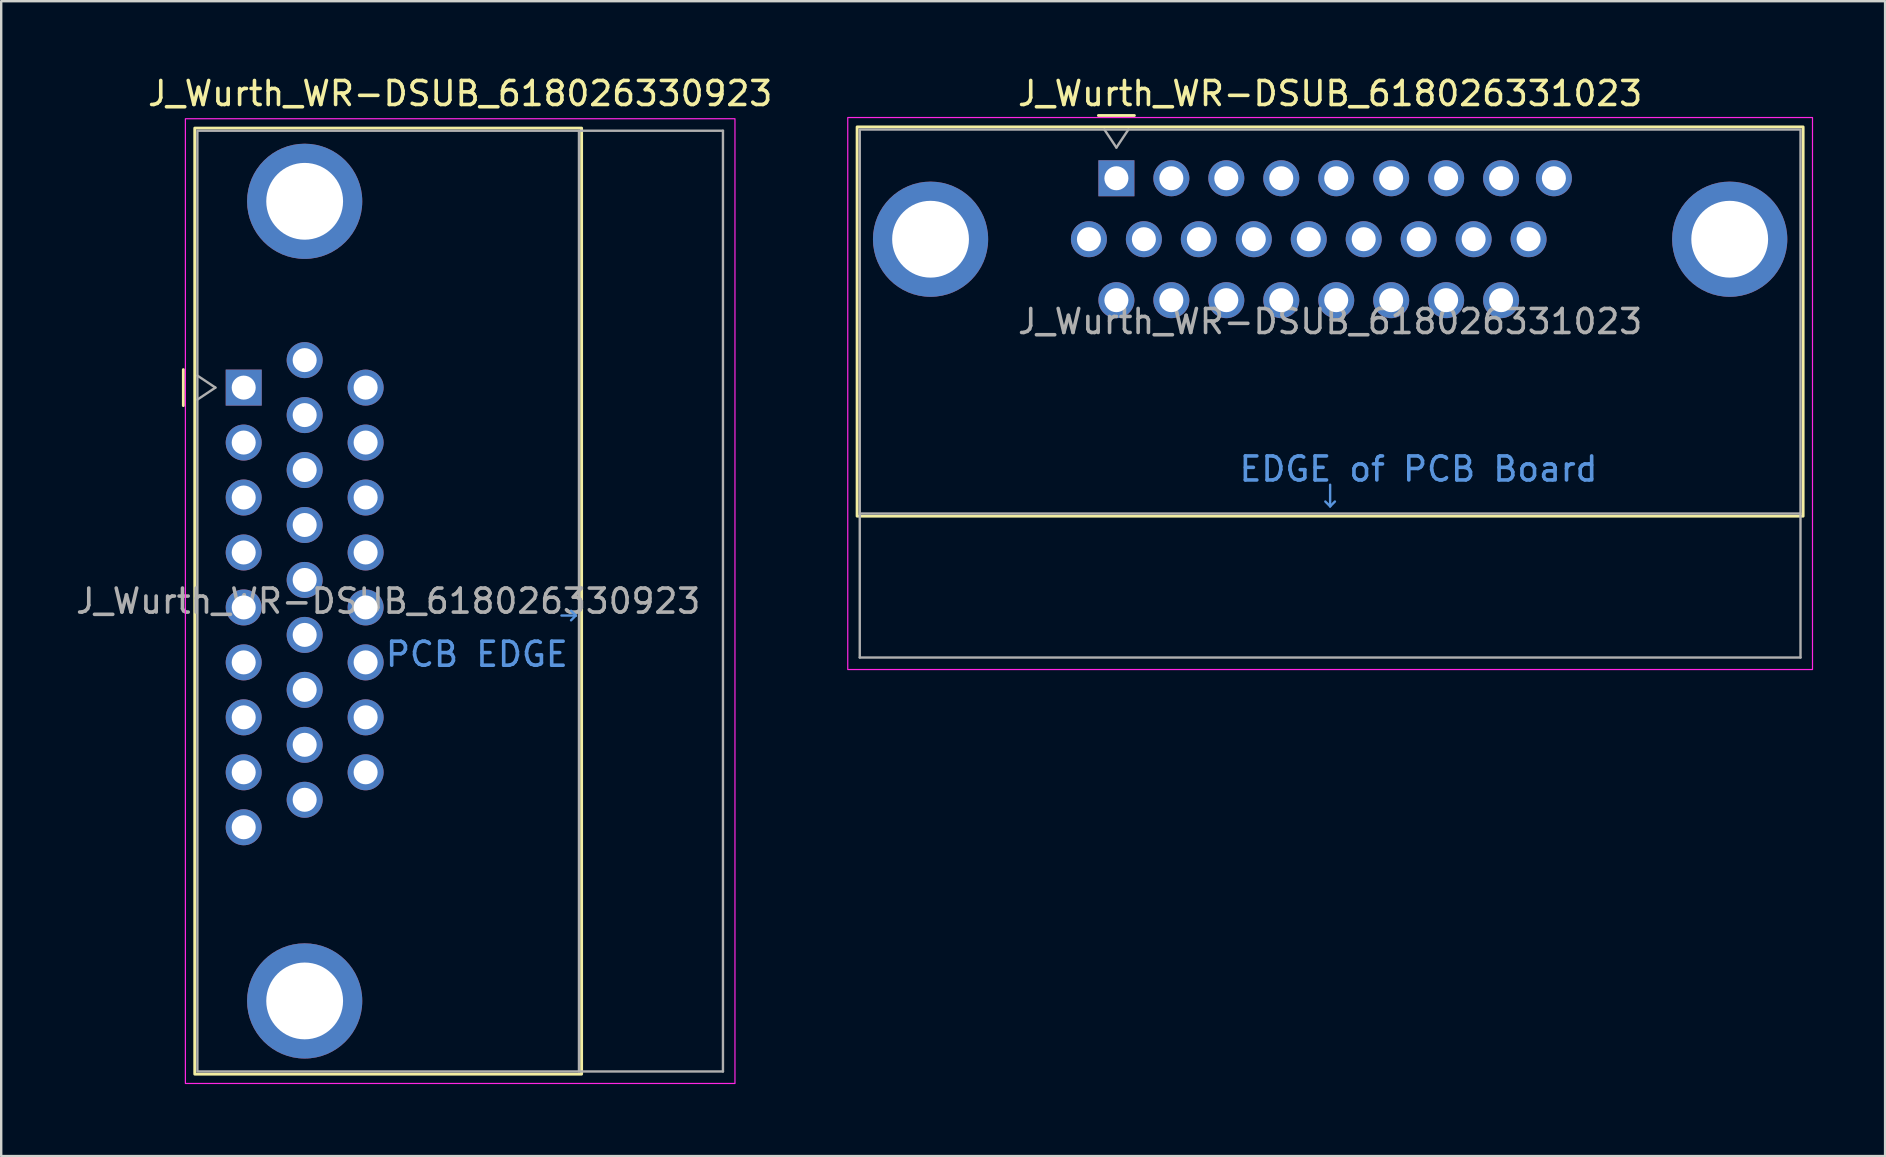
<source format=kicad_pcb>
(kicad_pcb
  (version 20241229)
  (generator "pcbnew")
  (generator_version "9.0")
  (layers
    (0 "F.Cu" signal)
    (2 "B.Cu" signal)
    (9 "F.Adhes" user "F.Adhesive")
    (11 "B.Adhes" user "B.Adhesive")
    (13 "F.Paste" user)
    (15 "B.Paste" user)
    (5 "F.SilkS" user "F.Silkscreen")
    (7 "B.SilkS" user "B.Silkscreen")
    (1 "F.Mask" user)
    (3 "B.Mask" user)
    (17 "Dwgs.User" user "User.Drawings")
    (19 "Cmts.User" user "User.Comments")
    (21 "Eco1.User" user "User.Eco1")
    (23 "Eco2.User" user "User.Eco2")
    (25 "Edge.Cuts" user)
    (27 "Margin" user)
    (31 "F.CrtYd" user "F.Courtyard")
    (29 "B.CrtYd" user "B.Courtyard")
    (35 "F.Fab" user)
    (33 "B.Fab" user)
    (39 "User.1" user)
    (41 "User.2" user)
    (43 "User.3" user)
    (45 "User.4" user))
  (footprint "J_Wurth_WR-DSUB_618026331023"
    (layer "F.Cu")
    (at 43.469 4.378)
    (property "Reference" "J_Wurth_WR-DSUB_618026331023" (at 8.906 -3.53 0) (unlocked yes) (layer "F.SilkS") (effects (font (size 1 1) (thickness 0.15))))
    (attr through_hole)
    (fp_line (start 0.75 -2.615) (end -0.75 -2.615) (stroke (width 0.12) (type solid)) (layer "F.SilkS"))
    (fp_rect (start -10.804 -2.14) (end 28.616 14.08) (stroke (width 0.12) (type solid)) (fill no) (layer "F.SilkS"))
    (fp_line (start 8.906 12.77) (end 8.906 13.67) (stroke (width 0.1) (type solid)) (layer "Cmts.User"))
    (fp_line (start 8.906 13.67) (end 8.706 13.47) (stroke (width 0.1) (type solid)) (layer "Cmts.User"))
    (fp_line (start 8.906 13.67) (end 9.106 13.47) (stroke (width 0.1) (type solid)) (layer "Cmts.User"))
    (fp_rect (start -11.194 -2.53) (end 29.006 20.47) (stroke (width 0.05) (type solid)) (fill no) (layer "F.CrtYd"))
    (fp_line (start -10.694 19.97) (end -10.694 13.97) (stroke (width 0.1) (type solid)) (layer "F.Fab"))
    (fp_line (start 0 -1.28) (end -0.5 -2.03) (stroke (width 0.1) (type solid)) (layer "F.Fab"))
    (fp_line (start 0 -1.28) (end 0.5 -2.03) (stroke (width 0.1) (type solid)) (layer "F.Fab"))
    (fp_line (start 28.506 13.97) (end 28.506 19.97) (stroke (width 0.1) (type solid)) (layer "F.Fab"))
    (fp_line (start 28.506 19.97) (end -10.694 19.97) (stroke (width 0.1) (type solid)) (layer "F.Fab"))
    (fp_rect (start -10.694 -2.03) (end 28.506 13.97) (stroke (width 0.1) (type solid)) (fill no) (layer "F.Fab"))
    (fp_text user " EDGE of PCB Board" (at 4.276 12.7 0) (unlocked yes) (layer "Cmts.User") (effects (font (size 1 1) (thickness 0.15)) (justify left bottom)))
    (fp_text user "${REFERENCE}" (at 8.906 5.97 0) (unlocked yes) (layer "F.Fab") (effects (font (size 1 1) (thickness 0.15))))
    (pad "1" thru_hole rect (at 0 0) (size 1.5 1.5) (drill 1) (layers "*.Cu" "*.Mask"))
    (pad "2" thru_hole circle (at 2.29 0) (size 1.5 1.5) (drill 1) (layers "*.Cu" "*.Mask"))
    (pad "3" thru_hole circle (at 4.58 0) (size 1.5 1.5) (drill 1) (layers "*.Cu" "*.Mask"))
    (pad "4" thru_hole circle (at 6.87 0) (size 1.5 1.5) (drill 1) (layers "*.Cu" "*.Mask"))
    (pad "5" thru_hole circle (at 9.16 0) (size 1.5 1.5) (drill 1) (layers "*.Cu" "*.Mask"))
    (pad "6" thru_hole circle (at 11.45 0) (size 1.5 1.5) (drill 1) (layers "*.Cu" "*.Mask"))
    (pad "7" thru_hole circle (at 13.74 0) (size 1.5 1.5) (drill 1) (layers "*.Cu" "*.Mask"))
    (pad "8" thru_hole circle (at 16.03 0) (size 1.5 1.5) (drill 1) (layers "*.Cu" "*.Mask"))
    (pad "9" thru_hole circle (at 18.23 0) (size 1.5 1.5) (drill 1) (layers "*.Cu" "*.Mask"))
    (pad "10" thru_hole circle (at -1.145 2.54) (size 1.5 1.5) (drill 1) (layers "*.Cu" "*.Mask"))
    (pad "11" thru_hole circle (at 1.145 2.54) (size 1.5 1.5) (drill 1) (layers "*.Cu" "*.Mask"))
    (pad "12" thru_hole circle (at 3.435 2.54) (size 1.5 1.5) (drill 1) (layers "*.Cu" "*.Mask"))
    (pad "13" thru_hole circle (at 5.725 2.54) (size 1.5 1.5) (drill 1) (layers "*.Cu" "*.Mask"))
    (pad "14" thru_hole circle (at 8.015 2.54) (size 1.5 1.5) (drill 1) (layers "*.Cu" "*.Mask"))
    (pad "15" thru_hole circle (at 10.305 2.54) (size 1.5 1.5) (drill 1) (layers "*.Cu" "*.Mask"))
    (pad "16" thru_hole circle (at 12.595 2.54) (size 1.5 1.5) (drill 1) (layers "*.Cu" "*.Mask"))
    (pad "17" thru_hole circle (at 14.885 2.54) (size 1.5 1.5) (drill 1) (layers "*.Cu" "*.Mask"))
    (pad "18" thru_hole circle (at 17.175 2.54) (size 1.5 1.5) (drill 1) (layers "*.Cu" "*.Mask"))
    (pad "19" thru_hole circle (at 0 5.08) (size 1.5 1.5) (drill 1) (layers "*.Cu" "*.Mask"))
    (pad "20" thru_hole circle (at 2.29 5.08) (size 1.5 1.5) (drill 1) (layers "*.Cu" "*.Mask"))
    (pad "21" thru_hole circle (at 4.58 5.08) (size 1.5 1.5) (drill 1) (layers "*.Cu" "*.Mask"))
    (pad "22" thru_hole circle (at 6.87 5.08) (size 1.5 1.5) (drill 1) (layers "*.Cu" "*.Mask"))
    (pad "23" thru_hole circle (at 9.16 5.08) (size 1.5 1.5) (drill 1) (layers "*.Cu" "*.Mask"))
    (pad "24" thru_hole circle (at 11.45 5.08) (size 1.5 1.5) (drill 1) (layers "*.Cu" "*.Mask"))
    (pad "25" thru_hole circle (at 13.74 5.08) (size 1.5 1.5) (drill 1) (layers "*.Cu" "*.Mask"))
    (pad "26" thru_hole circle (at 16.03 5.08) (size 1.5 1.5) (drill 1) (layers "*.Cu" "*.Mask"))
    (pad "S1" thru_hole circle (at -7.744 2.54) (size 4.8 4.8) (drill 3.2) (layers "*.Cu" "*.Mask"))
    (pad "S2" thru_hole circle (at 25.556 2.54) (size 4.8 4.8) (drill 3.2) (layers "*.Cu" "*.Mask")))
  (footprint "J_Wurth_WR-DSUB_618026330923"
    (layer "F.Cu")
    (at 7.105 13.101)
    (property "Reference" "J_Wurth_WR-DSUB_618026330923" (at 9.02 -12.253 0) (unlocked yes) (layer "F.SilkS") (effects (font (size 1 1) (thickness 0.15))))
    (attr through_hole)
    (fp_line (start -2.515 -0.75) (end -2.515 0.75) (stroke (width 0.12) (type solid)) (layer "F.SilkS"))
    (fp_rect (start -2.04 -10.813) (end 14.08 28.607) (stroke (width 0.12) (type solid)) (fill no) (layer "F.SilkS"))
    (fp_line (start 13.24 9.497) (end 13.84 9.497) (stroke (width 0.1) (type solid)) (layer "Cmts.User"))
    (fp_line (start 13.84 9.497) (end 13.64 9.297) (stroke (width 0.1) (type solid)) (layer "Cmts.User"))
    (fp_line (start 13.84 9.497) (end 13.64 9.697) (stroke (width 0.1) (type solid)) (layer "Cmts.User"))
    (fp_rect (start -2.43 -11.203) (end 20.47 28.997) (stroke (width 0.05) (type solid)) (fill no) (layer "F.CrtYd"))
    (fp_line (start -1.18 0) (end -1.93 -0.5) (stroke (width 0.1) (type solid)) (layer "F.Fab"))
    (fp_line (start -1.18 0) (end -1.93 0.5) (stroke (width 0.1) (type solid)) (layer "F.Fab"))
    (fp_line (start 13.97 -10.703) (end 19.97 -10.703) (stroke (width 0.1) (type solid)) (layer "F.Fab"))
    (fp_line (start 19.97 -10.703) (end 19.97 28.497) (stroke (width 0.1) (type solid)) (layer "F.Fab"))
    (fp_line (start 19.97 28.497) (end 13.97 28.497) (stroke (width 0.1) (type solid)) (layer "F.Fab"))
    (fp_rect (start -1.93 -10.703) (end 13.97 28.497) (stroke (width 0.1) (type solid)) (fill no) (layer "F.Fab"))
    (fp_text user "PCB EDGE" (at 5.83 11.697 0) (unlocked yes) (layer "Cmts.User") (effects (font (size 1 1) (thickness 0.15)) (justify left bottom)))
    (fp_text user "${REFERENCE}" (at 6.02 8.897 0) (unlocked yes) (layer "F.Fab") (effects (font (size 1 1) (thickness 0.15))))
    (pad "1" thru_hole rect (at 0 0 90) (size 1.5 1.5) (drill 1) (layers "*.Cu" "*.Mask"))
    (pad "2" thru_hole circle (at 0 2.29 90) (size 1.5 1.5) (drill 1) (layers "*.Cu" "*.Mask"))
    (pad "3" thru_hole circle (at 0 4.58 90) (size 1.5 1.5) (drill 1) (layers "*.Cu" "*.Mask"))
    (pad "4" thru_hole circle (at 0 6.87 90) (size 1.5 1.5) (drill 1) (layers "*.Cu" "*.Mask"))
    (pad "5" thru_hole circle (at 0 9.16 90) (size 1.5 1.5) (drill 1) (layers "*.Cu" "*.Mask"))
    (pad "6" thru_hole circle (at 0 11.45 90) (size 1.5 1.5) (drill 1) (layers "*.Cu" "*.Mask"))
    (pad "7" thru_hole circle (at 0 13.74 90) (size 1.5 1.5) (drill 1) (layers "*.Cu" "*.Mask"))
    (pad "8" thru_hole circle (at 0 16.03 90) (size 1.5 1.5) (drill 1) (layers "*.Cu" "*.Mask"))
    (pad "9" thru_hole circle (at 0 18.32 90) (size 1.5 1.5) (drill 1) (layers "*.Cu" "*.Mask"))
    (pad "10" thru_hole circle (at 2.54 -1.145 90) (size 1.5 1.5) (drill 1) (layers "*.Cu" "*.Mask"))
    (pad "11" thru_hole circle (at 2.54 1.145 90) (size 1.5 1.5) (drill 1) (layers "*.Cu" "*.Mask"))
    (pad "12" thru_hole circle (at 2.54 3.435 90) (size 1.5 1.5) (drill 1) (layers "*.Cu" "*.Mask"))
    (pad "13" thru_hole circle (at 2.54 5.725 90) (size 1.5 1.5) (drill 1) (layers "*.Cu" "*.Mask"))
    (pad "14" thru_hole circle (at 2.54 8.015 90) (size 1.5 1.5) (drill 1) (layers "*.Cu" "*.Mask"))
    (pad "15" thru_hole circle (at 2.54 10.305 90) (size 1.5 1.5) (drill 1) (layers "*.Cu" "*.Mask"))
    (pad "16" thru_hole circle (at 2.54 12.595 90) (size 1.5 1.5) (drill 1) (layers "*.Cu" "*.Mask"))
    (pad "17" thru_hole circle (at 2.54 14.885 90) (size 1.5 1.5) (drill 1) (layers "*.Cu" "*.Mask"))
    (pad "18" thru_hole circle (at 2.54 17.175 90) (size 1.5 1.5) (drill 1) (layers "*.Cu" "*.Mask"))
    (pad "19" thru_hole circle (at 5.08 0 90) (size 1.5 1.5) (drill 1) (layers "*.Cu" "*.Mask"))
    (pad "20" thru_hole circle (at 5.08 2.29 90) (size 1.5 1.5) (drill 1) (layers "*.Cu" "*.Mask"))
    (pad "21" thru_hole circle (at 5.08 4.58 90) (size 1.5 1.5) (drill 1) (layers "*.Cu" "*.Mask"))
    (pad "22" thru_hole circle (at 5.08 6.87 90) (size 1.5 1.5) (drill 1) (layers "*.Cu" "*.Mask"))
    (pad "23" thru_hole circle (at 5.08 9.16 90) (size 1.5 1.5) (drill 1) (layers "*.Cu" "*.Mask"))
    (pad "24" thru_hole circle (at 5.08 11.45 90) (size 1.5 1.5) (drill 1) (layers "*.Cu" "*.Mask"))
    (pad "25" thru_hole circle (at 5.08 13.74 90) (size 1.5 1.5) (drill 1) (layers "*.Cu" "*.Mask"))
    (pad "26" thru_hole circle (at 5.08 16.03 90) (size 1.5 1.5) (drill 1) (layers "*.Cu" "*.Mask"))
    (pad "S1" thru_hole circle (at 2.54 25.557 90) (size 4.8 4.8) (drill 3.2) (layers "*.Cu" "*.Mask"))
    (pad "S2" thru_hole circle (at 2.54 -7.763 90) (size 4.8 4.8) (drill 3.2) (layers "*.Cu" "*.Mask")))
  (gr_rect
    (start -3 -3)
    (end 75.5 45.123)
    (stroke (width 0.1) (type default))
    (fill no)
    (layer "Edge.Cuts")))
</source>
